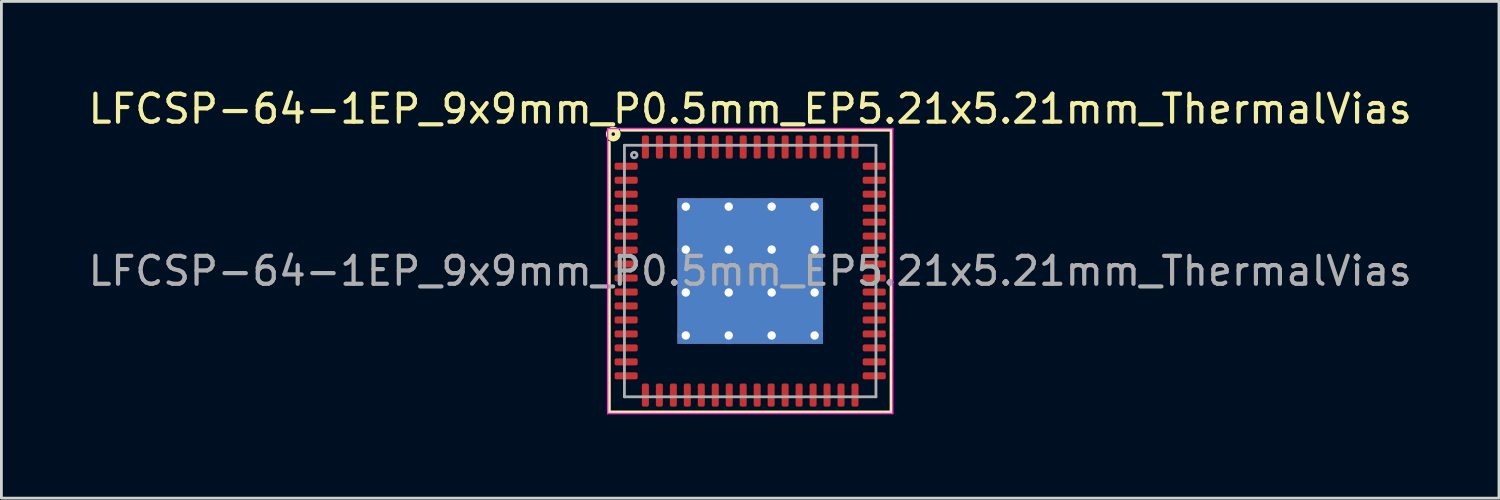
<source format=kicad_pcb>
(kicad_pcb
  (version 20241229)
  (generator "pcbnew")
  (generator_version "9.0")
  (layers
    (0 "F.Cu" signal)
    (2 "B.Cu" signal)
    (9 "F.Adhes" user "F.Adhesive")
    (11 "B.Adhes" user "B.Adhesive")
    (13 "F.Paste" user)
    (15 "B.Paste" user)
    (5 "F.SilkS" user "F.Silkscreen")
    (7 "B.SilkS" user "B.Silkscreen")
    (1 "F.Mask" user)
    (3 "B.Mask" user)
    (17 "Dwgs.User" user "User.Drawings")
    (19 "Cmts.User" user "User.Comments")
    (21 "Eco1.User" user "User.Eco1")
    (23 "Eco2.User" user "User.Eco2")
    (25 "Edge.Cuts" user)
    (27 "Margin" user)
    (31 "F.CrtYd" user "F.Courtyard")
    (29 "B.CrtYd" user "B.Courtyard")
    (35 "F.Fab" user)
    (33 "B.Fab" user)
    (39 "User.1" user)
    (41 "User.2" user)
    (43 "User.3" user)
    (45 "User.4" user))
  (footprint "LFCSP-64-1EP_9x9mm_P0.5mm_EP5.21x5.21mm_ThermalVias"
    (layer "F.Cu")
    (at 23.792 6.648)
    (property "Reference" "LFCSP-64-1EP_9x9mm_P0.5mm_EP5.21x5.21mm_ThermalVias" (at 0 -5.8 0) (layer "F.SilkS") (effects (font (size 1 1) (thickness 0.15))))
    (attr smd)
    (fp_line (start -5.05 5.05) (end -5.05 -4.6) (stroke (width 0.12) (type solid)) (layer "F.SilkS"))
    (fp_line (start 5.05 -5.05) (end -4.6 -5.05) (stroke (width 0.12) (type solid)) (layer "F.SilkS"))
    (fp_line (start 5.05 -5.05) (end 5.05 5.05) (stroke (width 0.12) (type solid)) (layer "F.SilkS"))
    (fp_line (start 5.05 5.05) (end -5.05 5.05) (stroke (width 0.12) (type solid)) (layer "F.SilkS"))
    (fp_circle (center -4.9 -4.9) (end -4.837 -4.9) (stroke (width 0.2) (type solid)) (fill no) (layer "F.SilkS"))
    (fp_line (start -5.1 -5.1) (end -5.1 5.1) (stroke (width 0.05) (type solid)) (layer "F.CrtYd"))
    (fp_line (start -5.1 5.1) (end 5.1 5.1) (stroke (width 0.05) (type solid)) (layer "F.CrtYd"))
    (fp_line (start 5.1 -5.1) (end -5.1 -5.1) (stroke (width 0.05) (type solid)) (layer "F.CrtYd"))
    (fp_line (start 5.1 5.1) (end 5.1 -5.1) (stroke (width 0.05) (type solid)) (layer "F.CrtYd"))
    (fp_line (start -4.5 -4.5) (end 4.5 -4.5) (stroke (width 0.1) (type solid)) (layer "F.Fab"))
    (fp_line (start -4.5 4.5) (end -4.5 -4.5) (stroke (width 0.1) (type solid)) (layer "F.Fab"))
    (fp_line (start 4.5 -4.5) (end 4.5 4.5) (stroke (width 0.1) (type solid)) (layer "F.Fab"))
    (fp_line (start 4.5 4.5) (end -4.5 4.5) (stroke (width 0.1) (type solid)) (layer "F.Fab"))
    (fp_circle (center -4.15 -4.15) (end -4.05 -4.15) (stroke (width 0.1) (type solid)) (fill no) (layer "F.Fab"))
    (fp_text user "${REFERENCE}" (at 0 0 0) (layer "F.Fab") (effects (font (size 1 1) (thickness 0.15))))
    (pad "" smd roundrect (at -1.3 -1.3) (size 2.26 2.26) (layers "F.Paste") (roundrect_rratio 0.111))
    (pad "" smd roundrect (at -1.3 1.3) (size 2.26 2.26) (layers "F.Paste") (roundrect_rratio 0.111))
    (pad "" smd roundrect (at 1.3 -1.3) (size 2.26 2.26) (layers "F.Paste") (roundrect_rratio 0.111))
    (pad "" smd roundrect (at 1.3 1.3) (size 2.26 2.26) (layers "F.Paste") (roundrect_rratio 0.111))
    (pad "1" smd roundrect (at -4.438 -3.75) (size 0.825 0.25) (layers "F.Cu" "F.Mask" "F.Paste") (roundrect_rratio 0.25))
    (pad "2" smd roundrect (at -4.438 -3.25) (size 0.825 0.25) (layers "F.Cu" "F.Mask" "F.Paste") (roundrect_rratio 0.25))
    (pad "3" smd roundrect (at -4.438 -2.75) (size 0.825 0.25) (layers "F.Cu" "F.Mask" "F.Paste") (roundrect_rratio 0.25))
    (pad "4" smd roundrect (at -4.438 -2.25) (size 0.825 0.25) (layers "F.Cu" "F.Mask" "F.Paste") (roundrect_rratio 0.25))
    (pad "5" smd roundrect (at -4.438 -1.75) (size 0.825 0.25) (layers "F.Cu" "F.Mask" "F.Paste") (roundrect_rratio 0.25))
    (pad "6" smd roundrect (at -4.438 -1.25) (size 0.825 0.25) (layers "F.Cu" "F.Mask" "F.Paste") (roundrect_rratio 0.25))
    (pad "7" smd roundrect (at -4.438 -0.75) (size 0.825 0.25) (layers "F.Cu" "F.Mask" "F.Paste") (roundrect_rratio 0.25))
    (pad "8" smd roundrect (at -4.438 -0.25) (size 0.825 0.25) (layers "F.Cu" "F.Mask" "F.Paste") (roundrect_rratio 0.25))
    (pad "9" smd roundrect (at -4.438 0.25) (size 0.825 0.25) (layers "F.Cu" "F.Mask" "F.Paste") (roundrect_rratio 0.25))
    (pad "10" smd roundrect (at -4.438 0.75) (size 0.825 0.25) (layers "F.Cu" "F.Mask" "F.Paste") (roundrect_rratio 0.25))
    (pad "11" smd roundrect (at -4.438 1.25) (size 0.825 0.25) (layers "F.Cu" "F.Mask" "F.Paste") (roundrect_rratio 0.25))
    (pad "12" smd roundrect (at -4.438 1.75) (size 0.825 0.25) (layers "F.Cu" "F.Mask" "F.Paste") (roundrect_rratio 0.25))
    (pad "13" smd roundrect (at -4.438 2.25) (size 0.825 0.25) (layers "F.Cu" "F.Mask" "F.Paste") (roundrect_rratio 0.25))
    (pad "14" smd roundrect (at -4.438 2.75) (size 0.825 0.25) (layers "F.Cu" "F.Mask" "F.Paste") (roundrect_rratio 0.25))
    (pad "15" smd roundrect (at -4.438 3.25) (size 0.825 0.25) (layers "F.Cu" "F.Mask" "F.Paste") (roundrect_rratio 0.25))
    (pad "16" smd roundrect (at -4.438 3.75) (size 0.825 0.25) (layers "F.Cu" "F.Mask" "F.Paste") (roundrect_rratio 0.25))
    (pad "17" smd roundrect (at -3.75 4.438) (size 0.25 0.825) (layers "F.Cu" "F.Mask" "F.Paste") (roundrect_rratio 0.25))
    (pad "18" smd roundrect (at -3.25 4.438) (size 0.25 0.825) (layers "F.Cu" "F.Mask" "F.Paste") (roundrect_rratio 0.25))
    (pad "19" smd roundrect (at -2.75 4.438) (size 0.25 0.825) (layers "F.Cu" "F.Mask" "F.Paste") (roundrect_rratio 0.25))
    (pad "20" smd roundrect (at -2.25 4.438) (size 0.25 0.825) (layers "F.Cu" "F.Mask" "F.Paste") (roundrect_rratio 0.25))
    (pad "21" smd roundrect (at -1.75 4.438) (size 0.25 0.825) (layers "F.Cu" "F.Mask" "F.Paste") (roundrect_rratio 0.25))
    (pad "22" smd roundrect (at -1.25 4.438) (size 0.25 0.825) (layers "F.Cu" "F.Mask" "F.Paste") (roundrect_rratio 0.25))
    (pad "23" smd roundrect (at -0.75 4.438) (size 0.25 0.825) (layers "F.Cu" "F.Mask" "F.Paste") (roundrect_rratio 0.25))
    (pad "24" smd roundrect (at -0.25 4.438) (size 0.25 0.825) (layers "F.Cu" "F.Mask" "F.Paste") (roundrect_rratio 0.25))
    (pad "25" smd roundrect (at 0.25 4.438) (size 0.25 0.825) (layers "F.Cu" "F.Mask" "F.Paste") (roundrect_rratio 0.25))
    (pad "26" smd roundrect (at 0.75 4.438) (size 0.25 0.825) (layers "F.Cu" "F.Mask" "F.Paste") (roundrect_rratio 0.25))
    (pad "27" smd roundrect (at 1.25 4.438) (size 0.25 0.825) (layers "F.Cu" "F.Mask" "F.Paste") (roundrect_rratio 0.25))
    (pad "28" smd roundrect (at 1.75 4.438) (size 0.25 0.825) (layers "F.Cu" "F.Mask" "F.Paste") (roundrect_rratio 0.25))
    (pad "29" smd roundrect (at 2.25 4.438) (size 0.25 0.825) (layers "F.Cu" "F.Mask" "F.Paste") (roundrect_rratio 0.25))
    (pad "30" smd roundrect (at 2.75 4.438) (size 0.25 0.825) (layers "F.Cu" "F.Mask" "F.Paste") (roundrect_rratio 0.25))
    (pad "31" smd roundrect (at 3.25 4.438) (size 0.25 0.825) (layers "F.Cu" "F.Mask" "F.Paste") (roundrect_rratio 0.25))
    (pad "32" smd roundrect (at 3.75 4.438) (size 0.25 0.825) (layers "F.Cu" "F.Mask" "F.Paste") (roundrect_rratio 0.25))
    (pad "33" smd roundrect (at 4.438 3.75) (size 0.825 0.25) (layers "F.Cu" "F.Mask" "F.Paste") (roundrect_rratio 0.25))
    (pad "34" smd roundrect (at 4.438 3.25) (size 0.825 0.25) (layers "F.Cu" "F.Mask" "F.Paste") (roundrect_rratio 0.25))
    (pad "35" smd roundrect (at 4.438 2.75) (size 0.825 0.25) (layers "F.Cu" "F.Mask" "F.Paste") (roundrect_rratio 0.25))
    (pad "36" smd roundrect (at 4.438 2.25) (size 0.825 0.25) (layers "F.Cu" "F.Mask" "F.Paste") (roundrect_rratio 0.25))
    (pad "37" smd roundrect (at 4.438 1.75) (size 0.825 0.25) (layers "F.Cu" "F.Mask" "F.Paste") (roundrect_rratio 0.25))
    (pad "38" smd roundrect (at 4.438 1.25) (size 0.825 0.25) (layers "F.Cu" "F.Mask" "F.Paste") (roundrect_rratio 0.25))
    (pad "39" smd roundrect (at 4.438 0.75) (size 0.825 0.25) (layers "F.Cu" "F.Mask" "F.Paste") (roundrect_rratio 0.25))
    (pad "40" smd roundrect (at 4.438 0.25) (size 0.825 0.25) (layers "F.Cu" "F.Mask" "F.Paste") (roundrect_rratio 0.25))
    (pad "41" smd roundrect (at 4.438 -0.25) (size 0.825 0.25) (layers "F.Cu" "F.Mask" "F.Paste") (roundrect_rratio 0.25))
    (pad "42" smd roundrect (at 4.438 -0.75) (size 0.825 0.25) (layers "F.Cu" "F.Mask" "F.Paste") (roundrect_rratio 0.25))
    (pad "43" smd roundrect (at 4.438 -1.25) (size 0.825 0.25) (layers "F.Cu" "F.Mask" "F.Paste") (roundrect_rratio 0.25))
    (pad "44" smd roundrect (at 4.438 -1.75) (size 0.825 0.25) (layers "F.Cu" "F.Mask" "F.Paste") (roundrect_rratio 0.25))
    (pad "45" smd roundrect (at 4.438 -2.25) (size 0.825 0.25) (layers "F.Cu" "F.Mask" "F.Paste") (roundrect_rratio 0.25))
    (pad "46" smd roundrect (at 4.438 -2.75) (size 0.825 0.25) (layers "F.Cu" "F.Mask" "F.Paste") (roundrect_rratio 0.25))
    (pad "47" smd roundrect (at 4.438 -3.25) (size 0.825 0.25) (layers "F.Cu" "F.Mask" "F.Paste") (roundrect_rratio 0.25))
    (pad "48" smd roundrect (at 4.438 -3.75) (size 0.825 0.25) (layers "F.Cu" "F.Mask" "F.Paste") (roundrect_rratio 0.25))
    (pad "49" smd roundrect (at 3.75 -4.438) (size 0.25 0.825) (layers "F.Cu" "F.Mask" "F.Paste") (roundrect_rratio 0.25))
    (pad "50" smd roundrect (at 3.25 -4.438) (size 0.25 0.825) (layers "F.Cu" "F.Mask" "F.Paste") (roundrect_rratio 0.25))
    (pad "51" smd roundrect (at 2.75 -4.438) (size 0.25 0.825) (layers "F.Cu" "F.Mask" "F.Paste") (roundrect_rratio 0.25))
    (pad "52" smd roundrect (at 2.25 -4.438) (size 0.25 0.825) (layers "F.Cu" "F.Mask" "F.Paste") (roundrect_rratio 0.25))
    (pad "53" smd roundrect (at 1.75 -4.438) (size 0.25 0.825) (layers "F.Cu" "F.Mask" "F.Paste") (roundrect_rratio 0.25))
    (pad "54" smd roundrect (at 1.25 -4.438) (size 0.25 0.825) (layers "F.Cu" "F.Mask" "F.Paste") (roundrect_rratio 0.25))
    (pad "55" smd roundrect (at 0.75 -4.438) (size 0.25 0.825) (layers "F.Cu" "F.Mask" "F.Paste") (roundrect_rratio 0.25))
    (pad "56" smd roundrect (at 0.25 -4.438) (size 0.25 0.825) (layers "F.Cu" "F.Mask" "F.Paste") (roundrect_rratio 0.25))
    (pad "57" smd roundrect (at -0.25 -4.438) (size 0.25 0.825) (layers "F.Cu" "F.Mask" "F.Paste") (roundrect_rratio 0.25))
    (pad "58" smd roundrect (at -0.75 -4.438) (size 0.25 0.825) (layers "F.Cu" "F.Mask" "F.Paste") (roundrect_rratio 0.25))
    (pad "59" smd roundrect (at -1.25 -4.438) (size 0.25 0.825) (layers "F.Cu" "F.Mask" "F.Paste") (roundrect_rratio 0.25))
    (pad "60" smd roundrect (at -1.75 -4.438) (size 0.25 0.825) (layers "F.Cu" "F.Mask" "F.Paste") (roundrect_rratio 0.25))
    (pad "61" smd roundrect (at -2.25 -4.438) (size 0.25 0.825) (layers "F.Cu" "F.Mask" "F.Paste") (roundrect_rratio 0.25))
    (pad "62" smd roundrect (at -2.75 -4.438) (size 0.25 0.825) (layers "F.Cu" "F.Mask" "F.Paste") (roundrect_rratio 0.25))
    (pad "63" smd roundrect (at -3.25 -4.438) (size 0.25 0.825) (layers "F.Cu" "F.Mask" "F.Paste") (roundrect_rratio 0.25))
    (pad "64" smd roundrect (at -3.75 -4.438) (size 0.25 0.825) (layers "F.Cu" "F.Mask" "F.Paste") (roundrect_rratio 0.25))
    (pad "65" thru_hole circle (at -2.305 -2.305) (size 0.6 0.6) (drill 0.3) (layers "*.Cu"))
    (pad "65" thru_hole circle (at -2.305 -0.768) (size 0.6 0.6) (drill 0.3) (layers "*.Cu"))
    (pad "65" thru_hole circle (at -2.305 0.768) (size 0.6 0.6) (drill 0.3) (layers "*.Cu"))
    (pad "65" thru_hole circle (at -2.305 2.305) (size 0.6 0.6) (drill 0.3) (layers "*.Cu"))
    (pad "65" thru_hole circle (at -0.768 -2.305) (size 0.6 0.6) (drill 0.3) (layers "*.Cu"))
    (pad "65" thru_hole circle (at -0.768 -0.768) (size 0.6 0.6) (drill 0.3) (layers "*.Cu"))
    (pad "65" thru_hole circle (at -0.768 0.768) (size 0.6 0.6) (drill 0.3) (layers "*.Cu"))
    (pad "65" thru_hole circle (at -0.768 2.305) (size 0.6 0.6) (drill 0.3) (layers "*.Cu"))
    (pad "65" smd rect (at 0 0) (size 5.21 5.21) (layers "F.Cu" "F.Mask"))
    (pad "65" smd rect (at 0 0) (size 5.21 5.21) (layers "B.Cu" "B.Mask"))
    (pad "65" thru_hole circle (at 0.768 -2.305) (size 0.6 0.6) (drill 0.3) (layers "*.Cu"))
    (pad "65" thru_hole circle (at 0.768 -0.768) (size 0.6 0.6) (drill 0.3) (layers "*.Cu"))
    (pad "65" thru_hole circle (at 0.768 0.768) (size 0.6 0.6) (drill 0.3) (layers "*.Cu"))
    (pad "65" thru_hole circle (at 0.768 2.305) (size 0.6 0.6) (drill 0.3) (layers "*.Cu"))
    (pad "65" thru_hole circle (at 2.305 -2.305) (size 0.6 0.6) (drill 0.3) (layers "*.Cu"))
    (pad "65" thru_hole circle (at 2.305 -0.768) (size 0.6 0.6) (drill 0.3) (layers "*.Cu"))
    (pad "65" thru_hole circle (at 2.305 0.768) (size 0.6 0.6) (drill 0.3) (layers "*.Cu"))
    (pad "65" thru_hole circle (at 2.305 2.305) (size 0.6 0.6) (drill 0.3) (layers "*.Cu")))
  (gr_rect
    (start -3 -3)
    (end 50.583 14.773)
    (stroke (width 0.1) (type default))
    (fill no)
    (layer "Edge.Cuts")))
</source>
